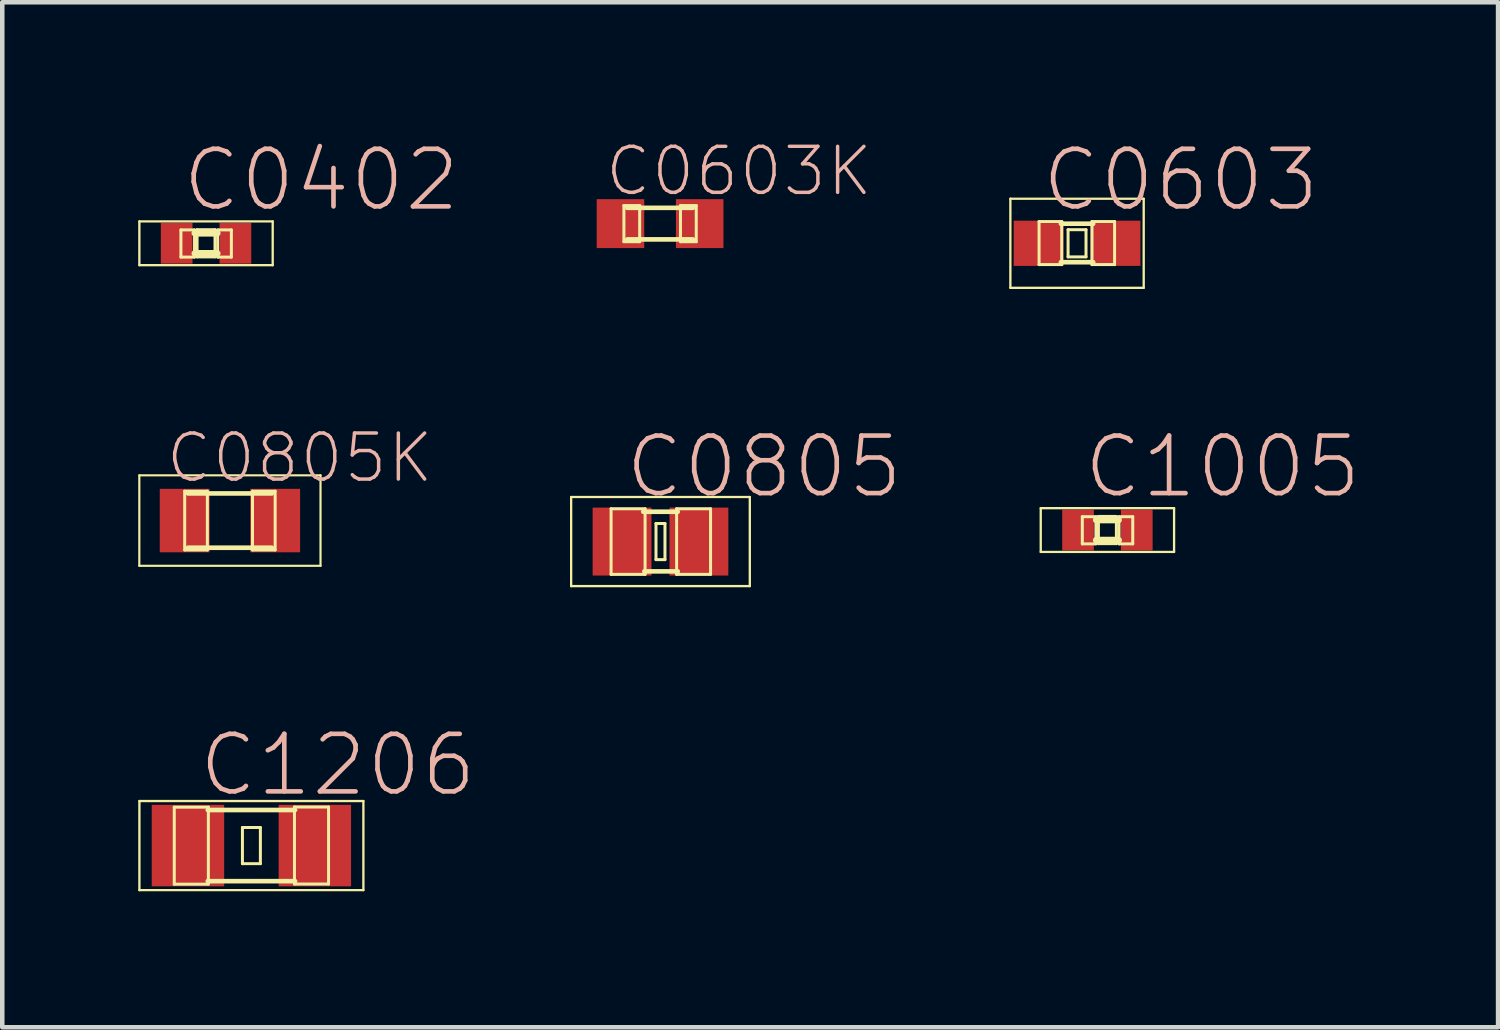
<source format=kicad_pcb>
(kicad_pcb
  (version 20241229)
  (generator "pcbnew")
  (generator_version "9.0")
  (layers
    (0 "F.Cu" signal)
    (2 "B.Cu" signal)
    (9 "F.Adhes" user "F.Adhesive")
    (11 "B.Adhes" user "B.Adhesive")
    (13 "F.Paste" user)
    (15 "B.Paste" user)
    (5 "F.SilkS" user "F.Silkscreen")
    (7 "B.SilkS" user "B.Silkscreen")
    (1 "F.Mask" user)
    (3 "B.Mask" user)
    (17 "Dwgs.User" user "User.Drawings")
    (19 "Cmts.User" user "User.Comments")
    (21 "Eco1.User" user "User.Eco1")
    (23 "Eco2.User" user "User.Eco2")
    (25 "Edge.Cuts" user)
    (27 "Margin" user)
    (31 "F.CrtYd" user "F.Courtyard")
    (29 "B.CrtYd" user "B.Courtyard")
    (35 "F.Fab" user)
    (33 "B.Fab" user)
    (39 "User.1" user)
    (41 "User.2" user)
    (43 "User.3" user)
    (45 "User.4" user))
  (footprint "C0603"
    (layer "F.Cu")
    (at 20.714 2.318)
    (property "Reference" "C0603" (at 2.286 -1.397 0) (layer "B.SilkS") (effects (font (size 1.27 1.27) (thickness 0.102))))
    (attr smd)
    (fp_line (start -1.471 -0.983) (end 1.471 -0.983) (stroke (width 0.051) (type solid)) (layer "F.SilkS"))
    (fp_line (start -1.471 0.983) (end -1.471 -0.983) (stroke (width 0.051) (type solid)) (layer "F.SilkS"))
    (fp_line (start -0.838 -0.48) (end -0.338 -0.48) (stroke (width 0.066) (type solid)) (layer "F.SilkS"))
    (fp_line (start -0.838 0.47) (end -0.838 -0.48) (stroke (width 0.066) (type solid)) (layer "F.SilkS"))
    (fp_line (start -0.838 0.47) (end -0.338 0.47) (stroke (width 0.066) (type solid)) (layer "F.SilkS"))
    (fp_line (start -0.356 -0.432) (end 0.356 -0.432) (stroke (width 0.102) (type solid)) (layer "F.SilkS"))
    (fp_line (start -0.356 0.417) (end 0.356 0.417) (stroke (width 0.102) (type solid)) (layer "F.SilkS"))
    (fp_line (start -0.338 0.47) (end -0.338 -0.48) (stroke (width 0.066) (type solid)) (layer "F.SilkS"))
    (fp_line (start -0.198 -0.3) (end 0.198 -0.3) (stroke (width 0.066) (type solid)) (layer "F.SilkS"))
    (fp_line (start -0.198 0.3) (end -0.198 -0.3) (stroke (width 0.066) (type solid)) (layer "F.SilkS"))
    (fp_line (start -0.198 0.3) (end 0.198 0.3) (stroke (width 0.066) (type solid)) (layer "F.SilkS"))
    (fp_line (start 0.198 0.3) (end 0.198 -0.3) (stroke (width 0.066) (type solid)) (layer "F.SilkS"))
    (fp_line (start 0.33 -0.48) (end 0.828 -0.48) (stroke (width 0.066) (type solid)) (layer "F.SilkS"))
    (fp_line (start 0.33 0.47) (end 0.33 -0.48) (stroke (width 0.066) (type solid)) (layer "F.SilkS"))
    (fp_line (start 0.33 0.47) (end 0.828 0.47) (stroke (width 0.066) (type solid)) (layer "F.SilkS"))
    (fp_line (start 0.828 0.47) (end 0.828 -0.48) (stroke (width 0.066) (type solid)) (layer "F.SilkS"))
    (fp_line (start 1.471 -0.983) (end 1.471 0.983) (stroke (width 0.051) (type solid)) (layer "F.SilkS"))
    (fp_line (start 1.471 0.983) (end -1.471 0.983) (stroke (width 0.051) (type solid)) (layer "F.SilkS"))
    (pad "1" smd rect (at -0.848 0) (size 1.1 0.998) (layers "F.Cu" "F.Mask" "F.Paste"))
    (pad "2" smd rect (at 0.848 0) (size 1.1 0.998) (layers "F.Cu" "F.Mask" "F.Paste")))
  (footprint "C0805K"
    (layer "F.Cu")
    (at 2.023 8.436)
    (property "Reference" "C0805K" (at 1.539 -1.382 0) (layer "B.SilkS") (effects (font (size 1.016 1.016) (thickness 0.076))))
    (attr smd)
    (fp_line (start -1.999 -0.998) (end 1.999 -0.998) (stroke (width 0.048) (type solid)) (layer "F.SilkS"))
    (fp_line (start -1.999 0.998) (end -1.999 -0.998) (stroke (width 0.048) (type solid)) (layer "F.SilkS"))
    (fp_line (start -0.998 -0.648) (end -0.498 -0.648) (stroke (width 0.066) (type solid)) (layer "F.SilkS"))
    (fp_line (start -0.998 0.648) (end -0.998 -0.648) (stroke (width 0.066) (type solid)) (layer "F.SilkS"))
    (fp_line (start -0.998 0.648) (end -0.498 0.648) (stroke (width 0.066) (type solid)) (layer "F.SilkS"))
    (fp_line (start -0.925 -0.599) (end 0.925 -0.599) (stroke (width 0.102) (type solid)) (layer "F.SilkS"))
    (fp_line (start -0.498 0.648) (end -0.498 -0.648) (stroke (width 0.066) (type solid)) (layer "F.SilkS"))
    (fp_line (start 0.498 -0.648) (end 0.998 -0.648) (stroke (width 0.066) (type solid)) (layer "F.SilkS"))
    (fp_line (start 0.498 0.648) (end 0.498 -0.648) (stroke (width 0.066) (type solid)) (layer "F.SilkS"))
    (fp_line (start 0.498 0.648) (end 0.998 0.648) (stroke (width 0.066) (type solid)) (layer "F.SilkS"))
    (fp_line (start 0.925 0.599) (end -0.925 0.599) (stroke (width 0.102) (type solid)) (layer "F.SilkS"))
    (fp_line (start 0.998 0.648) (end 0.998 -0.648) (stroke (width 0.066) (type solid)) (layer "F.SilkS"))
    (fp_line (start 1.999 -0.998) (end 1.999 0.998) (stroke (width 0.048) (type solid)) (layer "F.SilkS"))
    (fp_line (start 1.999 0.998) (end -1.999 0.998) (stroke (width 0.048) (type solid)) (layer "F.SilkS"))
    (pad "1" smd rect (at -0.998 0) (size 1.1 1.4) (layers "F.Cu" "F.Mask" "F.Paste"))
    (pad "2" smd rect (at 0.998 0) (size 1.1 1.4) (layers "F.Cu" "F.Mask" "F.Paste")))
  (footprint "C1005"
    (layer "F.Cu")
    (at 21.384 8.645)
    (property "Reference" "C1005" (at 2.54 -1.397 0) (layer "B.SilkS") (effects (font (size 1.27 1.27) (thickness 0.102))))
    (attr smd)
    (fp_line (start -1.471 -0.483) (end 1.471 -0.483) (stroke (width 0.051) (type solid)) (layer "F.SilkS"))
    (fp_line (start -1.471 0.483) (end -1.471 -0.483) (stroke (width 0.051) (type solid)) (layer "F.SilkS"))
    (fp_line (start -0.554 -0.295) (end -0.254 -0.295) (stroke (width 0.066) (type solid)) (layer "F.SilkS"))
    (fp_line (start -0.554 0.305) (end -0.554 -0.295) (stroke (width 0.066) (type solid)) (layer "F.SilkS"))
    (fp_line (start -0.554 0.305) (end -0.254 0.305) (stroke (width 0.066) (type solid)) (layer "F.SilkS"))
    (fp_line (start -0.254 0.305) (end -0.254 -0.295) (stroke (width 0.066) (type solid)) (layer "F.SilkS"))
    (fp_line (start -0.244 -0.224) (end 0.244 -0.224) (stroke (width 0.152) (type solid)) (layer "F.SilkS"))
    (fp_line (start -0.198 -0.3) (end 0.198 -0.3) (stroke (width 0.066) (type solid)) (layer "F.SilkS"))
    (fp_line (start -0.198 0.3) (end -0.198 -0.3) (stroke (width 0.066) (type solid)) (layer "F.SilkS"))
    (fp_line (start -0.198 0.3) (end 0.198 0.3) (stroke (width 0.066) (type solid)) (layer "F.SilkS"))
    (fp_line (start 0.198 0.3) (end 0.198 -0.3) (stroke (width 0.066) (type solid)) (layer "F.SilkS"))
    (fp_line (start 0.244 0.224) (end -0.244 0.224) (stroke (width 0.152) (type solid)) (layer "F.SilkS"))
    (fp_line (start 0.257 -0.295) (end 0.559 -0.295) (stroke (width 0.066) (type solid)) (layer "F.SilkS"))
    (fp_line (start 0.257 0.305) (end 0.257 -0.295) (stroke (width 0.066) (type solid)) (layer "F.SilkS"))
    (fp_line (start 0.257 0.305) (end 0.559 0.305) (stroke (width 0.066) (type solid)) (layer "F.SilkS"))
    (fp_line (start 0.559 0.305) (end 0.559 -0.295) (stroke (width 0.066) (type solid)) (layer "F.SilkS"))
    (fp_line (start 1.471 -0.483) (end 1.471 0.483) (stroke (width 0.051) (type solid)) (layer "F.SilkS"))
    (fp_line (start 1.471 0.483) (end -1.471 0.483) (stroke (width 0.051) (type solid)) (layer "F.SilkS"))
    (pad "1" smd rect (at -0.648 0) (size 0.699 0.899) (layers "F.Cu" "F.Mask" "F.Paste"))
    (pad "2" smd rect (at 0.648 0) (size 0.699 0.899) (layers "F.Cu" "F.Mask" "F.Paste")))
  (footprint "C0402"
    (layer "F.Cu")
    (at 1.496 2.318)
    (property "Reference" "C0402" (at 2.54 -1.397 0) (layer "B.SilkS") (effects (font (size 1.27 1.27) (thickness 0.102))))
    (attr smd)
    (fp_line (start -1.471 -0.483) (end 1.471 -0.483) (stroke (width 0.051) (type solid)) (layer "F.SilkS"))
    (fp_line (start -1.471 0.483) (end -1.471 -0.483) (stroke (width 0.051) (type solid)) (layer "F.SilkS"))
    (fp_line (start -0.554 -0.295) (end -0.254 -0.295) (stroke (width 0.066) (type solid)) (layer "F.SilkS"))
    (fp_line (start -0.554 0.305) (end -0.554 -0.295) (stroke (width 0.066) (type solid)) (layer "F.SilkS"))
    (fp_line (start -0.554 0.305) (end -0.254 0.305) (stroke (width 0.066) (type solid)) (layer "F.SilkS"))
    (fp_line (start -0.254 0.305) (end -0.254 -0.295) (stroke (width 0.066) (type solid)) (layer "F.SilkS"))
    (fp_line (start -0.244 -0.224) (end 0.244 -0.224) (stroke (width 0.152) (type solid)) (layer "F.SilkS"))
    (fp_line (start -0.198 -0.3) (end 0.198 -0.3) (stroke (width 0.066) (type solid)) (layer "F.SilkS"))
    (fp_line (start -0.198 0.3) (end -0.198 -0.3) (stroke (width 0.066) (type solid)) (layer "F.SilkS"))
    (fp_line (start -0.198 0.3) (end 0.198 0.3) (stroke (width 0.066) (type solid)) (layer "F.SilkS"))
    (fp_line (start 0.198 0.3) (end 0.198 -0.3) (stroke (width 0.066) (type solid)) (layer "F.SilkS"))
    (fp_line (start 0.244 0.224) (end -0.244 0.224) (stroke (width 0.152) (type solid)) (layer "F.SilkS"))
    (fp_line (start 0.257 -0.295) (end 0.559 -0.295) (stroke (width 0.066) (type solid)) (layer "F.SilkS"))
    (fp_line (start 0.257 0.305) (end 0.257 -0.295) (stroke (width 0.066) (type solid)) (layer "F.SilkS"))
    (fp_line (start 0.257 0.305) (end 0.559 0.305) (stroke (width 0.066) (type solid)) (layer "F.SilkS"))
    (fp_line (start 0.559 0.305) (end 0.559 -0.295) (stroke (width 0.066) (type solid)) (layer "F.SilkS"))
    (fp_line (start 1.471 -0.483) (end 1.471 0.483) (stroke (width 0.051) (type solid)) (layer "F.SilkS"))
    (fp_line (start 1.471 0.483) (end -1.471 0.483) (stroke (width 0.051) (type solid)) (layer "F.SilkS"))
    (pad "1" smd rect (at -0.648 0) (size 0.699 0.899) (layers "F.Cu" "F.Mask" "F.Paste"))
    (pad "2" smd rect (at 0.648 0) (size 0.699 0.899) (layers "F.Cu" "F.Mask" "F.Paste")))
  (footprint "C0805"
    (layer "F.Cu")
    (at 11.523 8.899)
    (property "Reference" "C0805" (at 2.286 -1.651 0) (layer "B.SilkS") (effects (font (size 1.27 1.27) (thickness 0.102))))
    (attr smd)
    (fp_line (start -1.971 -0.983) (end 1.971 -0.983) (stroke (width 0.051) (type solid)) (layer "F.SilkS"))
    (fp_line (start -1.971 0.983) (end -1.971 -0.983) (stroke (width 0.051) (type solid)) (layer "F.SilkS"))
    (fp_line (start -1.09 -0.724) (end -0.34 -0.724) (stroke (width 0.066) (type solid)) (layer "F.SilkS"))
    (fp_line (start -1.09 0.724) (end -1.09 -0.724) (stroke (width 0.066) (type solid)) (layer "F.SilkS"))
    (fp_line (start -1.09 0.724) (end -0.34 0.724) (stroke (width 0.066) (type solid)) (layer "F.SilkS"))
    (fp_line (start -0.381 -0.658) (end 0.381 -0.658) (stroke (width 0.102) (type solid)) (layer "F.SilkS"))
    (fp_line (start -0.356 0.658) (end 0.381 0.658) (stroke (width 0.102) (type solid)) (layer "F.SilkS"))
    (fp_line (start -0.34 0.724) (end -0.34 -0.724) (stroke (width 0.066) (type solid)) (layer "F.SilkS"))
    (fp_line (start -0.099 -0.399) (end 0.099 -0.399) (stroke (width 0.066) (type solid)) (layer "F.SilkS"))
    (fp_line (start -0.099 0.399) (end -0.099 -0.399) (stroke (width 0.066) (type solid)) (layer "F.SilkS"))
    (fp_line (start -0.099 0.399) (end 0.099 0.399) (stroke (width 0.066) (type solid)) (layer "F.SilkS"))
    (fp_line (start 0.099 0.399) (end 0.099 -0.399) (stroke (width 0.066) (type solid)) (layer "F.SilkS"))
    (fp_line (start 0.356 -0.724) (end 1.105 -0.724) (stroke (width 0.066) (type solid)) (layer "F.SilkS"))
    (fp_line (start 0.356 0.724) (end 0.356 -0.724) (stroke (width 0.066) (type solid)) (layer "F.SilkS"))
    (fp_line (start 0.356 0.724) (end 1.105 0.724) (stroke (width 0.066) (type solid)) (layer "F.SilkS"))
    (fp_line (start 1.105 0.724) (end 1.105 -0.724) (stroke (width 0.066) (type solid)) (layer "F.SilkS"))
    (fp_line (start 1.971 -0.983) (end 1.971 0.983) (stroke (width 0.051) (type solid)) (layer "F.SilkS"))
    (fp_line (start 1.971 0.983) (end -1.971 0.983) (stroke (width 0.051) (type solid)) (layer "F.SilkS"))
    (pad "1" smd rect (at -0.848 0) (size 1.298 1.499) (layers "F.Cu" "F.Mask" "F.Paste"))
    (pad "2" smd rect (at 0.848 0) (size 1.298 1.499) (layers "F.Cu" "F.Mask" "F.Paste")))
  (footprint "C1206"
    (layer "F.Cu")
    (at 2.497 15.607)
    (property "Reference" "C1206" (at 1.905 -1.778 0) (layer "B.SilkS") (effects (font (size 1.27 1.27) (thickness 0.102))))
    (attr smd)
    (fp_line (start -2.471 -0.983) (end 2.471 -0.983) (stroke (width 0.051) (type solid)) (layer "F.SilkS"))
    (fp_line (start -2.471 0.983) (end -2.471 -0.983) (stroke (width 0.051) (type solid)) (layer "F.SilkS"))
    (fp_line (start -1.702 -0.848) (end -0.95 -0.848) (stroke (width 0.066) (type solid)) (layer "F.SilkS"))
    (fp_line (start -1.702 0.851) (end -1.702 -0.848) (stroke (width 0.066) (type solid)) (layer "F.SilkS"))
    (fp_line (start -1.702 0.851) (end -0.95 0.851) (stroke (width 0.066) (type solid)) (layer "F.SilkS"))
    (fp_line (start -0.963 -0.785) (end 0.963 -0.785) (stroke (width 0.102) (type solid)) (layer "F.SilkS"))
    (fp_line (start -0.963 0.785) (end 0.963 0.785) (stroke (width 0.102) (type solid)) (layer "F.SilkS"))
    (fp_line (start -0.95 0.851) (end -0.95 -0.848) (stroke (width 0.066) (type solid)) (layer "F.SilkS"))
    (fp_line (start -0.198 -0.399) (end 0.198 -0.399) (stroke (width 0.066) (type solid)) (layer "F.SilkS"))
    (fp_line (start -0.198 0.399) (end -0.198 -0.399) (stroke (width 0.066) (type solid)) (layer "F.SilkS"))
    (fp_line (start -0.198 0.399) (end 0.198 0.399) (stroke (width 0.066) (type solid)) (layer "F.SilkS"))
    (fp_line (start 0.198 0.399) (end 0.198 -0.399) (stroke (width 0.066) (type solid)) (layer "F.SilkS"))
    (fp_line (start 0.95 -0.851) (end 1.702 -0.851) (stroke (width 0.066) (type solid)) (layer "F.SilkS"))
    (fp_line (start 0.95 0.848) (end 0.95 -0.851) (stroke (width 0.066) (type solid)) (layer "F.SilkS"))
    (fp_line (start 0.95 0.848) (end 1.702 0.848) (stroke (width 0.066) (type solid)) (layer "F.SilkS"))
    (fp_line (start 1.702 0.848) (end 1.702 -0.851) (stroke (width 0.066) (type solid)) (layer "F.SilkS"))
    (fp_line (start 2.471 -0.983) (end 2.471 0.983) (stroke (width 0.051) (type solid)) (layer "F.SilkS"))
    (fp_line (start 2.471 0.983) (end -2.471 0.983) (stroke (width 0.051) (type solid)) (layer "F.SilkS"))
    (pad "1" smd rect (at -1.4 0) (size 1.598 1.798) (layers "F.Cu" "F.Mask" "F.Paste"))
    (pad "2" smd rect (at 1.4 0) (size 1.598 1.798) (layers "F.Cu" "F.Mask" "F.Paste")))
  (footprint "C0603K"
    (layer "F.Cu")
    (at 11.514 1.884)
    (property "Reference" "C0603K" (at 1.74 -1.156 0) (layer "B.SilkS") (effects (font (size 1.016 1.016) (thickness 0.076))))
    (attr smd)
    (fp_line (start -0.798 -0.399) (end -0.45 -0.399) (stroke (width 0.066) (type solid)) (layer "F.SilkS"))
    (fp_line (start -0.798 0.399) (end -0.798 -0.399) (stroke (width 0.066) (type solid)) (layer "F.SilkS"))
    (fp_line (start -0.798 0.399) (end -0.45 0.399) (stroke (width 0.066) (type solid)) (layer "F.SilkS"))
    (fp_line (start -0.724 -0.348) (end 0.724 -0.348) (stroke (width 0.102) (type solid)) (layer "F.SilkS"))
    (fp_line (start -0.45 0.399) (end -0.45 -0.399) (stroke (width 0.066) (type solid)) (layer "F.SilkS"))
    (fp_line (start 0.45 -0.399) (end 0.798 -0.399) (stroke (width 0.066) (type solid)) (layer "F.SilkS"))
    (fp_line (start 0.45 0.399) (end 0.45 -0.399) (stroke (width 0.066) (type solid)) (layer "F.SilkS"))
    (fp_line (start 0.45 0.399) (end 0.798 0.399) (stroke (width 0.066) (type solid)) (layer "F.SilkS"))
    (fp_line (start 0.724 0.348) (end -0.724 0.348) (stroke (width 0.102) (type solid)) (layer "F.SilkS"))
    (fp_line (start 0.798 0.399) (end 0.798 -0.399) (stroke (width 0.066) (type solid)) (layer "F.SilkS"))
    (pad "1" smd rect (at -0.874 0) (size 1.049 1.079) (layers "F.Cu" "F.Mask" "F.Paste"))
    (pad "2" smd rect (at 0.874 0) (size 1.049 1.079) (layers "F.Cu" "F.Mask" "F.Paste")))
  (gr_rect
    (start -3 -3)
    (end 30.004 19.615)
    (stroke (width 0.1) (type default))
    (fill no)
    (layer "Edge.Cuts")))
</source>
